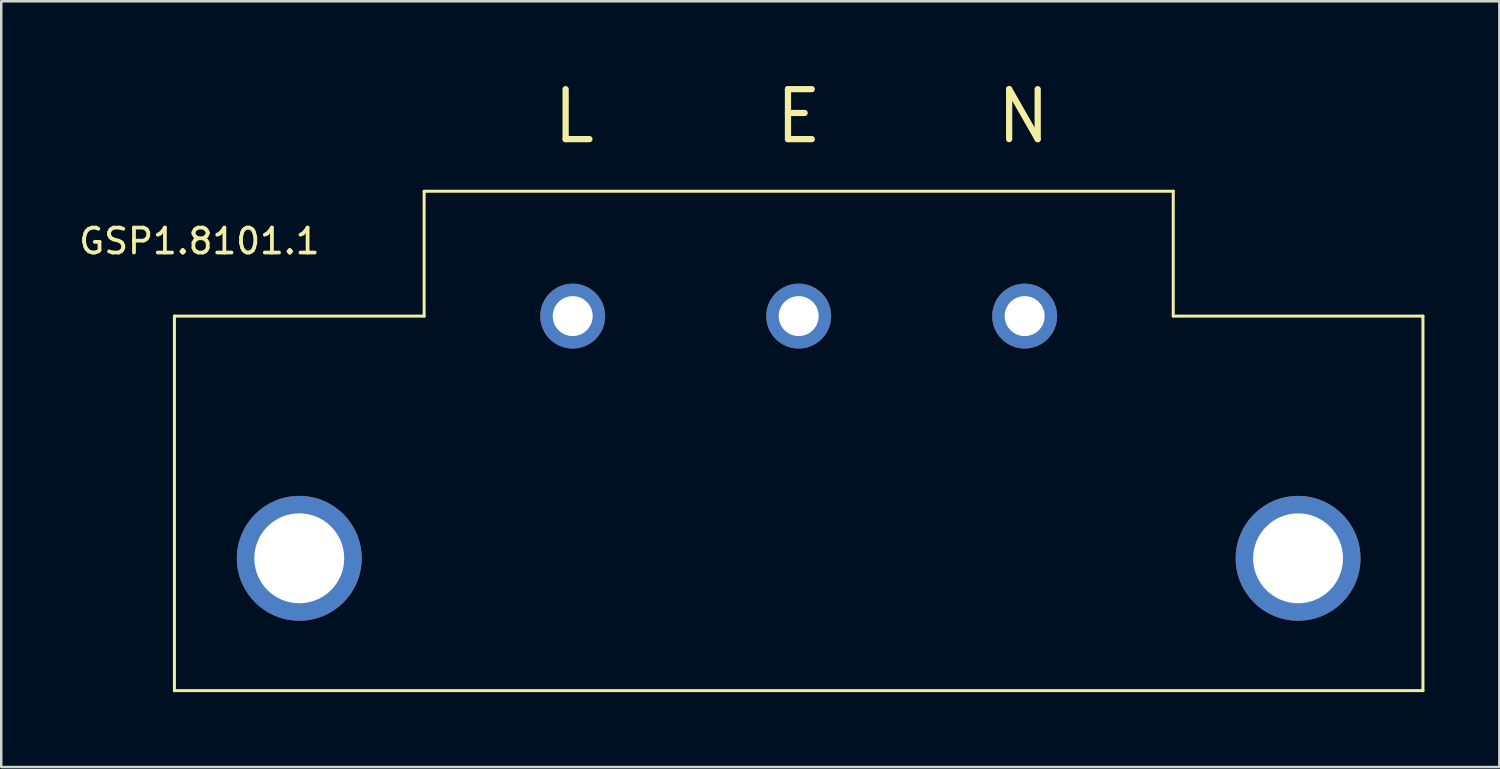
<source format=kicad_pcb>
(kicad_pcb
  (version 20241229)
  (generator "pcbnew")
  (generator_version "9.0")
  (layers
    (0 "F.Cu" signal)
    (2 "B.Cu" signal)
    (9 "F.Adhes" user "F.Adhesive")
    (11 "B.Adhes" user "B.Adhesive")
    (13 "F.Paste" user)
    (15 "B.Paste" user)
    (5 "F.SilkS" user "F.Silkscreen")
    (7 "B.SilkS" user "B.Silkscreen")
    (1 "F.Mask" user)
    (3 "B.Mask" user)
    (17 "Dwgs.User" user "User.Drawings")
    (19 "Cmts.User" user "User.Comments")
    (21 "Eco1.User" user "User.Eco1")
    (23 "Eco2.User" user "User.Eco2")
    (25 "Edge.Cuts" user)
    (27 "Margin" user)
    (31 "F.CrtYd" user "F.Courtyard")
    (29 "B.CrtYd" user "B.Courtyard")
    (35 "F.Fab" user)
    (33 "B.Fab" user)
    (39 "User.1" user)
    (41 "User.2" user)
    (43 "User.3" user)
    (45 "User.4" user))
  (footprint "GSP1.8101.1"
    (layer "F.Cu")
    (at 28.935 9.609)
    (property "Reference" "GSP1.8101.1" (at -24 -3 0) (layer "F.SilkS") (effects (font (size 1 1) (thickness 0.15))))
    (attr through_hole)
    (fp_line (start -25 0) (end -15 0) (stroke (width 0.12) (type solid)) (layer "F.SilkS"))
    (fp_line (start -25 15) (end -25 0) (stroke (width 0.12) (type solid)) (layer "F.SilkS"))
    (fp_line (start -15 -5) (end 15 -5) (stroke (width 0.12) (type solid)) (layer "F.SilkS"))
    (fp_line (start -15 0) (end -15 -5) (stroke (width 0.12) (type solid)) (layer "F.SilkS"))
    (fp_line (start 15 -5) (end 15 0) (stroke (width 0.12) (type solid)) (layer "F.SilkS"))
    (fp_line (start 15 0) (end 25 0) (stroke (width 0.12) (type solid)) (layer "F.SilkS"))
    (fp_line (start 25 0) (end 25 15) (stroke (width 0.12) (type solid)) (layer "F.SilkS"))
    (fp_line (start 25 15) (end -25 15) (stroke (width 0.12) (type solid)) (layer "F.SilkS"))
    (fp_text user "N" (at 9 -8 0) (layer "F.SilkS") (effects (font (size 2 2) (thickness 0.25))))
    (fp_text user "L" (at -9 -8 0) (layer "F.SilkS") (effects (font (size 2 2) (thickness 0.25))))
    (fp_text user "E" (at 0 -8 0) (layer "F.SilkS") (effects (font (size 2 2) (thickness 0.25))))
    (pad "1" thru_hole circle (at -9.05 0) (size 2.6 2.6) (drill 1.6) (layers "*.Cu" "*.Mask"))
    (pad "2" thru_hole circle (at 0 0) (size 2.6 2.6) (drill 1.6) (layers "*.Cu" "*.Mask"))
    (pad "3" thru_hole circle (at 9.05 0) (size 2.6 2.6) (drill 1.6) (layers "*.Cu" "*.Mask"))
    (pad "4" thru_hole circle (at -20 9.7) (size 5 5) (drill 3.6) (layers "*.Cu" "*.Mask"))
    (pad "5" thru_hole circle (at 20 9.7) (size 5 5) (drill 3.6) (layers "*.Cu" "*.Mask")))
  (gr_rect
    (start -3 -3)
    (end 56.995 27.669)
    (stroke (width 0.1) (type default))
    (fill no)
    (layer "Edge.Cuts")))
</source>
